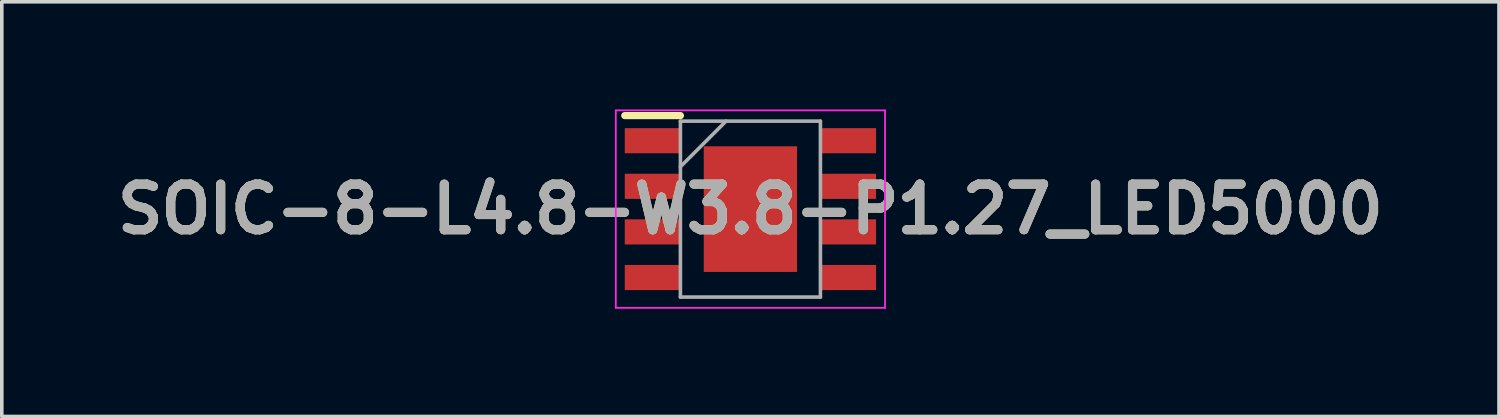
<source format=kicad_pcb>
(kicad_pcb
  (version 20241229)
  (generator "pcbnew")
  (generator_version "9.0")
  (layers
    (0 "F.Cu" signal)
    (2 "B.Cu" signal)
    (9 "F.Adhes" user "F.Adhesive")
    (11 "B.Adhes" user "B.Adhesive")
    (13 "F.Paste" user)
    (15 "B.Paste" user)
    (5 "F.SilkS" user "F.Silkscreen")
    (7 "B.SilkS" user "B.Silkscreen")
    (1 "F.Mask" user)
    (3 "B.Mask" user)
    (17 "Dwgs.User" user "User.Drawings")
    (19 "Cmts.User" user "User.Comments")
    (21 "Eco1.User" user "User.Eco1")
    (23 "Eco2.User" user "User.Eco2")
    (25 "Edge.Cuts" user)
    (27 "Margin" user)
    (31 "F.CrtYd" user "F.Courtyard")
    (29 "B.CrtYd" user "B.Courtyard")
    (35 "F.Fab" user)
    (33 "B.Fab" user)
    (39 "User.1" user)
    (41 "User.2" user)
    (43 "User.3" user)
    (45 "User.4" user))
  (footprint "SOIC-8-L4.8-W3.8-P1.27_LED5000"
    (layer "F.Cu")
    (at 17.853 2.775)
    (property "Reference" "SOIC-8-L4.8-W3.8-P1.27_LED5000" (at 0 0 0) (layer "F.SilkS") (effects (font (size 1.27 1.27) (thickness 0.254))))
    (attr smd)
    (fp_line (start -3.5 -2.605) (end -1.95 -2.605) (stroke (width 0.2) (type solid)) (layer "F.SilkS"))
    (fp_line (start -3.75 -2.75) (end 3.75 -2.75) (stroke (width 0.05) (type solid)) (layer "F.CrtYd"))
    (fp_line (start -3.75 2.75) (end -3.75 -2.75) (stroke (width 0.05) (type solid)) (layer "F.CrtYd"))
    (fp_line (start 3.75 -2.75) (end 3.75 2.75) (stroke (width 0.05) (type solid)) (layer "F.CrtYd"))
    (fp_line (start 3.75 2.75) (end -3.75 2.75) (stroke (width 0.05) (type solid)) (layer "F.CrtYd"))
    (fp_line (start -1.95 -2.45) (end 1.95 -2.45) (stroke (width 0.1) (type solid)) (layer "F.Fab"))
    (fp_line (start -1.95 -1.18) (end -0.68 -2.45) (stroke (width 0.1) (type solid)) (layer "F.Fab"))
    (fp_line (start -1.95 2.45) (end -1.95 -2.45) (stroke (width 0.1) (type solid)) (layer "F.Fab"))
    (fp_line (start 1.95 -2.45) (end 1.95 2.45) (stroke (width 0.1) (type solid)) (layer "F.Fab"))
    (fp_line (start 1.95 2.45) (end -1.95 2.45) (stroke (width 0.1) (type solid)) (layer "F.Fab"))
    (fp_text user "${REFERENCE}" (at 0 0 0) (layer "F.Fab") (effects (font (size 1.27 1.27) (thickness 0.254))))
    (pad "1" smd rect (at -2.725 -1.905 90) (size 0.7 1.55) (layers "F.Cu" "F.Mask" "F.Paste"))
    (pad "2" smd rect (at -2.725 -0.635 90) (size 0.7 1.55) (layers "F.Cu" "F.Mask" "F.Paste"))
    (pad "3" smd rect (at -2.725 0.635 90) (size 0.7 1.55) (layers "F.Cu" "F.Mask" "F.Paste"))
    (pad "4" smd rect (at -2.725 1.905 90) (size 0.7 1.55) (layers "F.Cu" "F.Mask" "F.Paste"))
    (pad "5" smd rect (at 2.725 1.905 90) (size 0.7 1.55) (layers "F.Cu" "F.Mask" "F.Paste"))
    (pad "6" smd rect (at 2.725 0.635 90) (size 0.7 1.55) (layers "F.Cu" "F.Mask" "F.Paste"))
    (pad "7" smd rect (at 2.725 -0.635 90) (size 0.7 1.55) (layers "F.Cu" "F.Mask" "F.Paste"))
    (pad "8" smd rect (at 2.725 -1.905 90) (size 0.7 1.55) (layers "F.Cu" "F.Mask" "F.Paste"))
    (pad "9" smd rect (at 0 0) (size 2.6 3.5) (layers "F.Cu" "F.Mask" "F.Paste")))
  (gr_rect
    (start -3 -3)
    (end 38.705 8.55)
    (stroke (width 0.1) (type default))
    (fill no)
    (layer "Edge.Cuts")))
</source>
